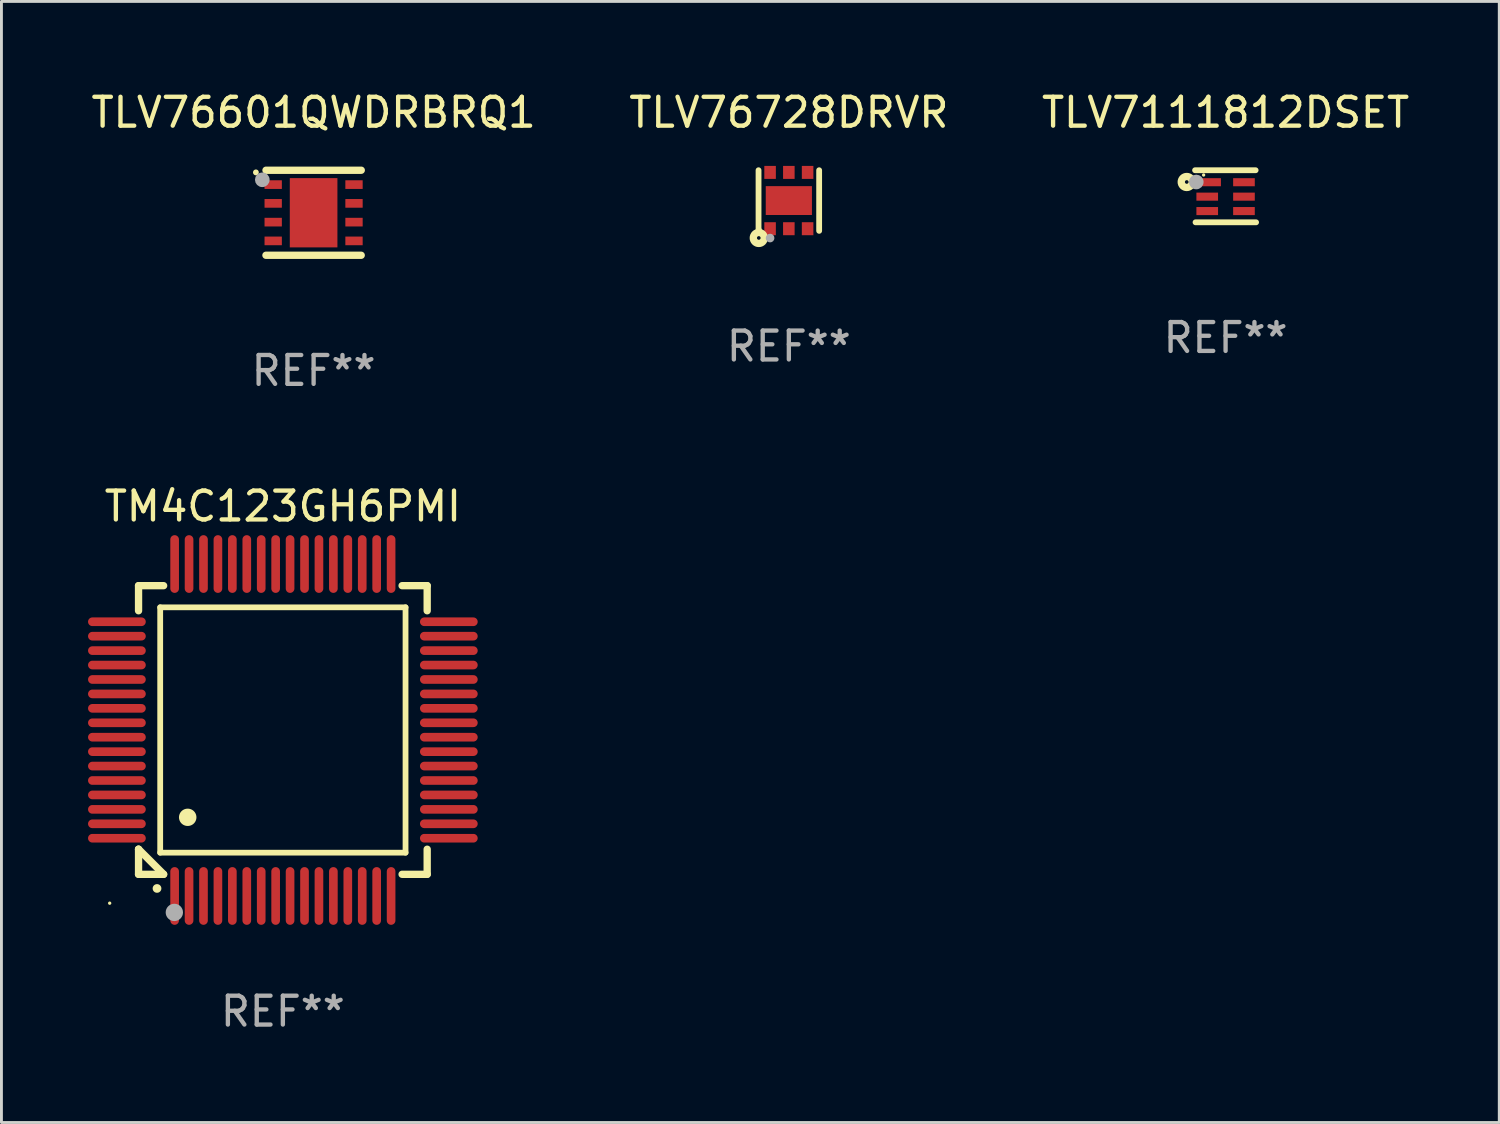
<source format=kicad_pcb>
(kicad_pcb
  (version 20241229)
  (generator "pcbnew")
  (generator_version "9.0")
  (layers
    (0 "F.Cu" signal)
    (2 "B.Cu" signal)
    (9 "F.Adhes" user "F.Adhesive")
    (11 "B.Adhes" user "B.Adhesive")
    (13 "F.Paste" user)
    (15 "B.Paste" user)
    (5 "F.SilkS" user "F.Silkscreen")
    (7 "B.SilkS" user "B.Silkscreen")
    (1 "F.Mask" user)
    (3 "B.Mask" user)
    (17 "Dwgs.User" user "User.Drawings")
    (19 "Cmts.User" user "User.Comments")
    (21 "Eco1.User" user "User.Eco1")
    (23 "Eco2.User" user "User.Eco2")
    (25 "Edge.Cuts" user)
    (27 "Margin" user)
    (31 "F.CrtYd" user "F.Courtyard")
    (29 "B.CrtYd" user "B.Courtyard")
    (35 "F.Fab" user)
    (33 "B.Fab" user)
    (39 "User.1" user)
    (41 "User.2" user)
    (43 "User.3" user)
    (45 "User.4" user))
  (footprint "TLV76601QWDRBRQ1"
    (layer "F.Cu")
    (at 7.815 4.321)
    (property "Reference" "TLV76601QWDRBRQ1" (at 0 -3.473 0) (layer "F.SilkS") (effects (font (size 1 1) (thickness 0.15))))
    (attr through_hole)
    (fp_line (start -1.649 -1.473) (end 1.651 -1.473) (stroke (width 0.254) (type solid)) (layer "F.SilkS"))
    (fp_line (start 1.649 1.473) (end -1.651 1.473) (stroke (width 0.254) (type solid)) (layer "F.SilkS"))
    (fp_arc (start -1.998984 -1.397003) (mid -1.998992 -1.398273) (end -1.998984 -1.399543) (stroke (width 0.2) (type solid)) (layer "F.SilkS"))
    (fp_circle (center -1.5 -1.5) (end -1.47 -1.5) (stroke (width 0.06) (type solid)) (fill no) (layer "F.SilkS"))
    (fp_circle (center -1.778 -1.143) (end -1.651 -1.143) (stroke (width 0.254) (type solid)) (fill no) (layer "F.Fab"))
    (fp_text user "REF**" (at 0 5.473 0) (layer "F.Fab") (effects (font (size 1 1) (thickness 0.15))))
    (pad "1" smd rect (at -1.4 -0.975 270) (size 0.3 0.6) (layers "F.Cu" "F.Mask" "F.Paste"))
    (pad "2" smd rect (at -1.4 -0.325 270) (size 0.3 0.6) (layers "F.Cu" "F.Mask" "F.Paste"))
    (pad "3" smd rect (at -1.4 0.325 270) (size 0.3 0.6) (layers "F.Cu" "F.Mask" "F.Paste"))
    (pad "4" smd rect (at -1.4 0.975 270) (size 0.3 0.6) (layers "F.Cu" "F.Mask" "F.Paste"))
    (pad "5" smd rect (at 1.4 0.975 90) (size 0.3 0.6) (layers "F.Cu" "F.Mask" "F.Paste"))
    (pad "6" smd rect (at 1.4 0.325 90) (size 0.3 0.6) (layers "F.Cu" "F.Mask" "F.Paste"))
    (pad "7" smd rect (at 1.4 -0.325 90) (size 0.3 0.6) (layers "F.Cu" "F.Mask" "F.Paste"))
    (pad "8" smd rect (at 1.4 -0.975 90) (size 0.3 0.6) (layers "F.Cu" "F.Mask" "F.Paste"))
    (pad "9" smd rect (at 0 0 270) (size 2.4 1.65) (layers "F.Cu" "F.Mask" "F.Paste")))
  (footprint "TLV76728DRVR"
    (layer "F.Cu")
    (at 24.28 3.898)
    (property "Reference" "TLV76728DRVR" (at 0 -3.05 0) (layer "F.SilkS") (effects (font (size 1 1) (thickness 0.15))))
    (attr through_hole)
    (fp_line (start -1.05 1.05) (end -1.05 -1.05) (stroke (width 0.201) (type solid)) (layer "F.SilkS"))
    (fp_line (start 1.05 1.05) (end 1.05 -1.05) (stroke (width 0.201) (type solid)) (layer "F.SilkS"))
    (fp_circle (center -1.041 1.296) (end -0.978 1.296) (stroke (width 0.254) (type solid)) (fill no) (layer "F.SilkS"))
    (fp_circle (center -1 1.001) (end -0.97 1.001) (stroke (width 0.06) (type solid)) (fill no) (layer "F.SilkS"))
    (fp_circle (center -0.65 1.3) (end -0.575 1.3) (stroke (width 0.15) (type solid)) (fill no) (layer "F.Fab"))
    (fp_text user "REF**" (at 0 5.05 0) (layer "F.Fab") (effects (font (size 1 1) (thickness 0.15))))
    (pad "1" smd rect (at -0.65 0.976) (size 0.4 0.45) (layers "F.Cu" "F.Mask" "F.Paste"))
    (pad "2" smd rect (at 0 0.976) (size 0.4 0.45) (layers "F.Cu" "F.Mask" "F.Paste"))
    (pad "3" smd rect (at 0.65 0.976) (size 0.4 0.45) (layers "F.Cu" "F.Mask" "F.Paste"))
    (pad "4" smd rect (at 0.65 -0.975) (size 0.4 0.45) (layers "F.Cu" "F.Mask" "F.Paste"))
    (pad "5" smd rect (at 0 -0.975) (size 0.4 0.45) (layers "F.Cu" "F.Mask" "F.Paste"))
    (pad "6" smd rect (at -0.65 -0.975) (size 0.4 0.45) (layers "F.Cu" "F.Mask" "F.Paste"))
    (pad "7" smd rect (at 0 0.001 90) (size 1 1.6) (layers "F.Cu" "F.Mask" "F.Paste")))
  (footprint "TLV7111812DSET"
    (layer "F.Cu")
    (at 39.411 3.75)
    (property "Reference" "TLV7111812DSET" (at 0 -2.902 0) (layer "F.SilkS") (effects (font (size 1 1) (thickness 0.15))))
    (attr through_hole)
    (fp_line (start -1.057 -0.902) (end 1.041 -0.902) (stroke (width 0.201) (type solid)) (layer "F.SilkS"))
    (fp_line (start -1.041 0.902) (end 1.057 0.902) (stroke (width 0.201) (type solid)) (layer "F.SilkS"))
    (fp_circle (center -1.346 -0.495) (end -1.283 -0.495) (stroke (width 0.254) (type solid)) (fill no) (layer "F.SilkS"))
    (fp_circle (center -0.761 -0.737) (end -0.731 -0.737) (stroke (width 0.06) (type solid)) (fill no) (layer "F.SilkS"))
    (fp_circle (center -1.016 -0.495) (end -0.889 -0.495) (stroke (width 0.254) (type solid)) (fill no) (layer "F.Fab"))
    (fp_text user "REF**" (at 0 4.902 0) (layer "F.Fab") (effects (font (size 1 1) (thickness 0.15))))
    (pad "1" smd rect (at -0.581 -0.487) (size 0.84 0.28) (layers "F.Cu" "F.Mask" "F.Paste"))
    (pad "2" smd rect (at -0.636 0.013) (size 0.75 0.28) (layers "F.Cu" "F.Mask" "F.Paste"))
    (pad "3" smd rect (at -0.636 0.513) (size 0.75 0.28) (layers "F.Cu" "F.Mask" "F.Paste"))
    (pad "4" smd rect (at 0.637 0.513) (size 0.75 0.28) (layers "F.Cu" "F.Mask" "F.Paste"))
    (pad "5" smd rect (at 0.637 0.013) (size 0.75 0.28) (layers "F.Cu" "F.Mask" "F.Paste"))
    (pad "6" smd rect (at 0.637 -0.487) (size 0.75 0.28) (layers "F.Cu" "F.Mask" "F.Paste")))
  (footprint "TM4C123GH6PMI"
    (layer "F.Cu")
    (at 6.75 22.241)
    (property "Reference" "TM4C123GH6PMI" (at 0 -7.75 0) (layer "F.SilkS") (effects (font (size 1 1) (thickness 0.15))))
    (attr through_hole)
    (fp_line (start -5 -5) (end -4.131 -5) (stroke (width 0.254) (type solid)) (layer "F.SilkS"))
    (fp_line (start -5 -4.131) (end -5 -5) (stroke (width 0.254) (type solid)) (layer "F.SilkS"))
    (fp_line (start -5 4.131) (end -5 4.131) (stroke (width 0.254) (type solid)) (layer "F.SilkS"))
    (fp_line (start -5 5) (end -5 4.131) (stroke (width 0.254) (type solid)) (layer "F.SilkS"))
    (fp_line (start -5 4.131) (end -4.131 5) (stroke (width 0.254) (type solid)) (layer "F.SilkS"))
    (fp_line (start -4.25 -4.25) (end -4.25 4.25) (stroke (width 0.2) (type solid)) (layer "F.SilkS"))
    (fp_line (start -4.25 4.25) (end 4.25 4.25) (stroke (width 0.2) (type solid)) (layer "F.SilkS"))
    (fp_line (start -4.131 5) (end -5 5) (stroke (width 0.254) (type solid)) (layer "F.SilkS"))
    (fp_line (start 4.25 -4.25) (end -4.25 -4.25) (stroke (width 0.2) (type solid)) (layer "F.SilkS"))
    (fp_line (start 4.25 4.25) (end 4.25 -4.25) (stroke (width 0.2) (type solid)) (layer "F.SilkS"))
    (fp_line (start 5 -5) (end 4.131 -5) (stroke (width 0.254) (type solid)) (layer "F.SilkS"))
    (fp_line (start 5 -5) (end 5 -4.131) (stroke (width 0.254) (type solid)) (layer "F.SilkS"))
    (fp_line (start 5 4.131) (end 5 5) (stroke (width 0.254) (type solid)) (layer "F.SilkS"))
    (fp_line (start 5 5) (end 4.131 5) (stroke (width 0.254) (type solid)) (layer "F.SilkS"))
    (fp_arc (start -4.361265 5.489992) (mid -4.359995 5.489987) (end -4.358725 5.489992) (stroke (width 0.3) (type solid)) (layer "F.SilkS"))
    (fp_arc (start -3.299467 3.025146) (mid -3.296927 3.025135) (end -3.294387 3.025146) (stroke (width 0.6) (type solid)) (layer "F.SilkS"))
    (fp_circle (center -6 6) (end -5.97 6) (stroke (width 0.06) (type solid)) (fill no) (layer "F.SilkS"))
    (fp_circle (center -3.76 6.32) (end -3.61 6.32) (stroke (width 0.3) (type solid)) (fill no) (layer "F.Fab"))
    (fp_text user "REF**" (at 0 9.75 0) (layer "F.Fab") (effects (font (size 1 1) (thickness 0.15))))
    (pad "1" smd oval (at -3.75 5.75) (size 0.3 2) (layers "F.Cu" "F.Mask" "F.Paste"))
    (pad "2" smd oval (at -3.25 5.75) (size 0.3 2) (layers "F.Cu" "F.Mask" "F.Paste"))
    (pad "3" smd oval (at -2.75 5.75) (size 0.3 2) (layers "F.Cu" "F.Mask" "F.Paste"))
    (pad "4" smd oval (at -2.25 5.75) (size 0.3 2) (layers "F.Cu" "F.Mask" "F.Paste"))
    (pad "5" smd oval (at -1.75 5.75) (size 0.3 2) (layers "F.Cu" "F.Mask" "F.Paste"))
    (pad "6" smd oval (at -1.25 5.75) (size 0.3 2) (layers "F.Cu" "F.Mask" "F.Paste"))
    (pad "7" smd oval (at -0.75 5.75) (size 0.3 2) (layers "F.Cu" "F.Mask" "F.Paste"))
    (pad "8" smd oval (at -0.25 5.75) (size 0.3 2) (layers "F.Cu" "F.Mask" "F.Paste"))
    (pad "9" smd oval (at 0.25 5.75) (size 0.3 2) (layers "F.Cu" "F.Mask" "F.Paste"))
    (pad "10" smd oval (at 0.75 5.75) (size 0.3 2) (layers "F.Cu" "F.Mask" "F.Paste"))
    (pad "11" smd oval (at 1.25 5.75) (size 0.3 2) (layers "F.Cu" "F.Mask" "F.Paste"))
    (pad "12" smd oval (at 1.75 5.75) (size 0.3 2) (layers "F.Cu" "F.Mask" "F.Paste"))
    (pad "13" smd oval (at 2.25 5.75) (size 0.3 2) (layers "F.Cu" "F.Mask" "F.Paste"))
    (pad "14" smd oval (at 2.75 5.75) (size 0.3 2) (layers "F.Cu" "F.Mask" "F.Paste"))
    (pad "15" smd oval (at 3.25 5.75) (size 0.3 2) (layers "F.Cu" "F.Mask" "F.Paste"))
    (pad "16" smd oval (at 3.75 5.75) (size 0.3 2) (layers "F.Cu" "F.Mask" "F.Paste"))
    (pad "17" smd oval (at 5.75 3.75) (size 2 0.3) (layers "F.Cu" "F.Mask" "F.Paste"))
    (pad "18" smd oval (at 5.75 3.25) (size 2 0.3) (layers "F.Cu" "F.Mask" "F.Paste"))
    (pad "19" smd oval (at 5.75 2.75) (size 2 0.3) (layers "F.Cu" "F.Mask" "F.Paste"))
    (pad "20" smd oval (at 5.75 2.25) (size 2 0.3) (layers "F.Cu" "F.Mask" "F.Paste"))
    (pad "21" smd oval (at 5.75 1.75) (size 2 0.3) (layers "F.Cu" "F.Mask" "F.Paste"))
    (pad "22" smd oval (at 5.75 1.25) (size 2 0.3) (layers "F.Cu" "F.Mask" "F.Paste"))
    (pad "23" smd oval (at 5.75 0.75) (size 2 0.3) (layers "F.Cu" "F.Mask" "F.Paste"))
    (pad "24" smd oval (at 5.75 0.25) (size 2 0.3) (layers "F.Cu" "F.Mask" "F.Paste"))
    (pad "25" smd oval (at 5.75 -0.25) (size 2 0.3) (layers "F.Cu" "F.Mask" "F.Paste"))
    (pad "26" smd oval (at 5.75 -0.75) (size 2 0.3) (layers "F.Cu" "F.Mask" "F.Paste"))
    (pad "27" smd oval (at 5.75 -1.25) (size 2 0.3) (layers "F.Cu" "F.Mask" "F.Paste"))
    (pad "28" smd oval (at 5.75 -1.75) (size 2 0.3) (layers "F.Cu" "F.Mask" "F.Paste"))
    (pad "29" smd oval (at 5.75 -2.25) (size 2 0.3) (layers "F.Cu" "F.Mask" "F.Paste"))
    (pad "30" smd oval (at 5.75 -2.75) (size 2 0.3) (layers "F.Cu" "F.Mask" "F.Paste"))
    (pad "31" smd oval (at 5.75 -3.25) (size 2 0.3) (layers "F.Cu" "F.Mask" "F.Paste"))
    (pad "32" smd oval (at 5.75 -3.75) (size 2 0.3) (layers "F.Cu" "F.Mask" "F.Paste"))
    (pad "33" smd oval (at 3.75 -5.75) (size 0.3 2) (layers "F.Cu" "F.Mask" "F.Paste"))
    (pad "34" smd oval (at 3.25 -5.75) (size 0.3 2) (layers "F.Cu" "F.Mask" "F.Paste"))
    (pad "35" smd oval (at 2.75 -5.75) (size 0.3 2) (layers "F.Cu" "F.Mask" "F.Paste"))
    (pad "36" smd oval (at 2.25 -5.75) (size 0.3 2) (layers "F.Cu" "F.Mask" "F.Paste"))
    (pad "37" smd oval (at 1.75 -5.75) (size 0.3 2) (layers "F.Cu" "F.Mask" "F.Paste"))
    (pad "38" smd oval (at 1.25 -5.75) (size 0.3 2) (layers "F.Cu" "F.Mask" "F.Paste"))
    (pad "39" smd oval (at 0.75 -5.75) (size 0.3 2) (layers "F.Cu" "F.Mask" "F.Paste"))
    (pad "40" smd oval (at 0.25 -5.75) (size 0.3 2) (layers "F.Cu" "F.Mask" "F.Paste"))
    (pad "41" smd oval (at -0.25 -5.75) (size 0.3 2) (layers "F.Cu" "F.Mask" "F.Paste"))
    (pad "42" smd oval (at -0.75 -5.75) (size 0.3 2) (layers "F.Cu" "F.Mask" "F.Paste"))
    (pad "43" smd oval (at -1.25 -5.75) (size 0.3 2) (layers "F.Cu" "F.Mask" "F.Paste"))
    (pad "44" smd oval (at -1.75 -5.75) (size 0.3 2) (layers "F.Cu" "F.Mask" "F.Paste"))
    (pad "45" smd oval (at -2.25 -5.75) (size 0.3 2) (layers "F.Cu" "F.Mask" "F.Paste"))
    (pad "46" smd oval (at -2.75 -5.75) (size 0.3 2) (layers "F.Cu" "F.Mask" "F.Paste"))
    (pad "47" smd oval (at -3.25 -5.75) (size 0.3 2) (layers "F.Cu" "F.Mask" "F.Paste"))
    (pad "48" smd oval (at -3.75 -5.75) (size 0.3 2) (layers "F.Cu" "F.Mask" "F.Paste"))
    (pad "49" smd oval (at -5.75 -3.75) (size 2 0.3) (layers "F.Cu" "F.Mask" "F.Paste"))
    (pad "50" smd oval (at -5.75 -3.25) (size 2 0.3) (layers "F.Cu" "F.Mask" "F.Paste"))
    (pad "51" smd oval (at -5.75 -2.75) (size 2 0.3) (layers "F.Cu" "F.Mask" "F.Paste"))
    (pad "52" smd oval (at -5.75 -2.25) (size 2 0.3) (layers "F.Cu" "F.Mask" "F.Paste"))
    (pad "53" smd oval (at -5.75 -1.75) (size 2 0.3) (layers "F.Cu" "F.Mask" "F.Paste"))
    (pad "54" smd oval (at -5.75 -1.25) (size 2 0.3) (layers "F.Cu" "F.Mask" "F.Paste"))
    (pad "55" smd oval (at -5.75 -0.75) (size 2 0.3) (layers "F.Cu" "F.Mask" "F.Paste"))
    (pad "56" smd oval (at -5.75 -0.25) (size 2 0.3) (layers "F.Cu" "F.Mask" "F.Paste"))
    (pad "57" smd oval (at -5.75 0.25) (size 2 0.3) (layers "F.Cu" "F.Mask" "F.Paste"))
    (pad "58" smd oval (at -5.75 0.75) (size 2 0.3) (layers "F.Cu" "F.Mask" "F.Paste"))
    (pad "59" smd oval (at -5.75 1.25) (size 2 0.3) (layers "F.Cu" "F.Mask" "F.Paste"))
    (pad "60" smd oval (at -5.75 1.75) (size 2 0.3) (layers "F.Cu" "F.Mask" "F.Paste"))
    (pad "61" smd oval (at -5.75 2.25) (size 2 0.3) (layers "F.Cu" "F.Mask" "F.Paste"))
    (pad "62" smd oval (at -5.75 2.75) (size 2 0.3) (layers "F.Cu" "F.Mask" "F.Paste"))
    (pad "63" smd oval (at -5.75 3.25) (size 2 0.3) (layers "F.Cu" "F.Mask" "F.Paste"))
    (pad "64" smd oval (at -5.75 3.75) (size 2 0.3) (layers "F.Cu" "F.Mask" "F.Paste")))
  (gr_rect
    (start -3 -3)
    (end 48.893 35.839)
    (stroke (width 0.1) (type default))
    (fill no)
    (layer "Edge.Cuts")))
</source>
